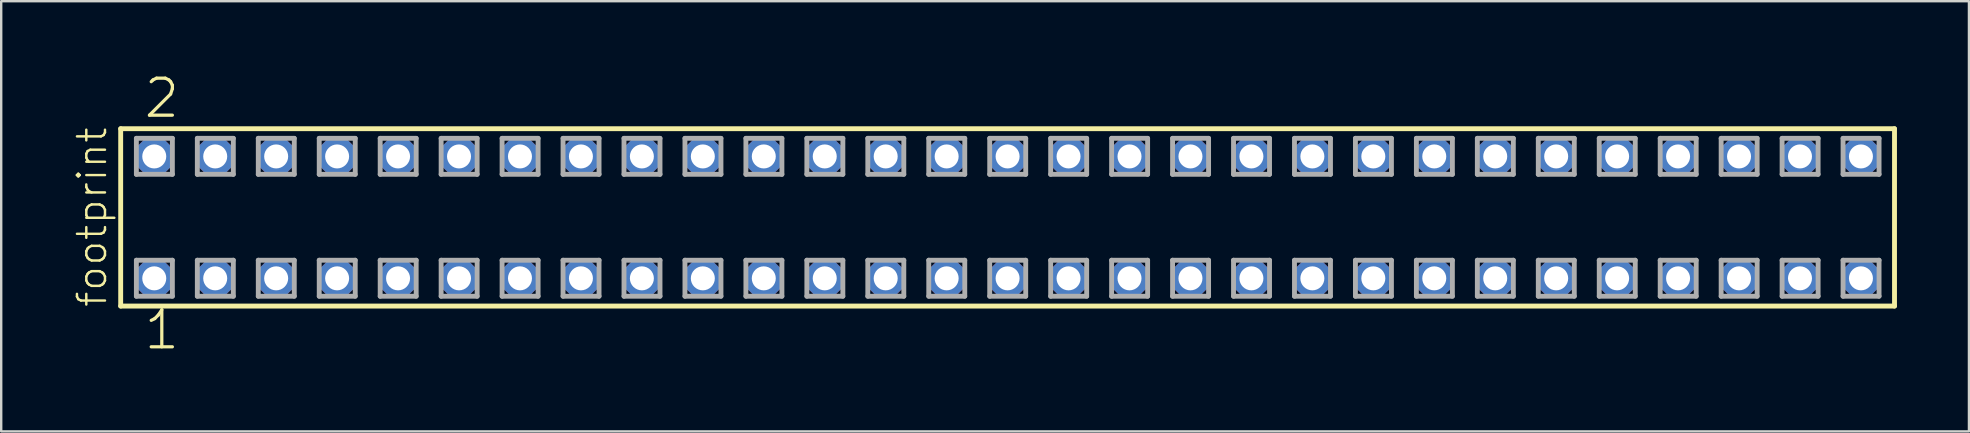
<source format=kicad_pcb>
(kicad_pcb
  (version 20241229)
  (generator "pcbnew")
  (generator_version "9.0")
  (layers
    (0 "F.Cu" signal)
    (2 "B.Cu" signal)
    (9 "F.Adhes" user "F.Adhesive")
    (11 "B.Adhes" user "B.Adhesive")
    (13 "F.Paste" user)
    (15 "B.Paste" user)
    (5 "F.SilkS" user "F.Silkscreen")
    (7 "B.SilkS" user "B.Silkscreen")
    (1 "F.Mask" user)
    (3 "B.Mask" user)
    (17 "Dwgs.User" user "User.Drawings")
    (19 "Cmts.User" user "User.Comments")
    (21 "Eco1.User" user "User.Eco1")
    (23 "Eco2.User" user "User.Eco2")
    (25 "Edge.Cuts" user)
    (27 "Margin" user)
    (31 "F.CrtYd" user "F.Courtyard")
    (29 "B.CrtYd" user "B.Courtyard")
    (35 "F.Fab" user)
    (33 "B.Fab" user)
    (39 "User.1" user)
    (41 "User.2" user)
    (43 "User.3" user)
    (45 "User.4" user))
  (footprint "footprint"
    (layer "F.Cu")
    (at 38.938 6.009)
    (property "Reference" "footprint" (at -37.465 3.81 90) (layer "F.SilkS") (effects (font (size 1.168 1.168) (thickness 0.102)) (justify left bottom)))
    (fp_line (start -36.959 -3.695) (end 36.959 -3.695) (stroke (width 0.203) (type solid)) (layer "F.SilkS"))
    (fp_line (start -36.959 3.695) (end -36.959 -3.695) (stroke (width 0.203) (type solid)) (layer "F.SilkS"))
    (fp_line (start 36.959 -3.695) (end 36.959 3.695) (stroke (width 0.203) (type solid)) (layer "F.SilkS"))
    (fp_line (start 36.959 3.695) (end -36.959 3.695) (stroke (width 0.203) (type solid)) (layer "F.SilkS"))
    (fp_line (start -36.305 -3.295) (end -34.805 -3.295) (stroke (width 0.203) (type solid)) (layer "F.Fab"))
    (fp_line (start -36.305 -1.795) (end -36.305 -3.295) (stroke (width 0.203) (type solid)) (layer "F.Fab"))
    (fp_line (start -36.305 1.785) (end -34.805 1.785) (stroke (width 0.203) (type solid)) (layer "F.Fab"))
    (fp_line (start -36.305 3.285) (end -36.305 1.785) (stroke (width 0.203) (type solid)) (layer "F.Fab"))
    (fp_line (start -34.805 -3.295) (end -34.805 -1.795) (stroke (width 0.203) (type solid)) (layer "F.Fab"))
    (fp_line (start -34.805 -1.795) (end -36.305 -1.795) (stroke (width 0.203) (type solid)) (layer "F.Fab"))
    (fp_line (start -34.805 1.785) (end -34.805 3.285) (stroke (width 0.203) (type solid)) (layer "F.Fab"))
    (fp_line (start -34.805 3.285) (end -36.305 3.285) (stroke (width 0.203) (type solid)) (layer "F.Fab"))
    (fp_line (start -33.765 -3.295) (end -32.265 -3.295) (stroke (width 0.203) (type solid)) (layer "F.Fab"))
    (fp_line (start -33.765 -1.795) (end -33.765 -3.295) (stroke (width 0.203) (type solid)) (layer "F.Fab"))
    (fp_line (start -33.765 1.785) (end -32.265 1.785) (stroke (width 0.203) (type solid)) (layer "F.Fab"))
    (fp_line (start -33.765 3.285) (end -33.765 1.785) (stroke (width 0.203) (type solid)) (layer "F.Fab"))
    (fp_line (start -32.265 -3.295) (end -32.265 -1.795) (stroke (width 0.203) (type solid)) (layer "F.Fab"))
    (fp_line (start -32.265 -1.795) (end -33.765 -1.795) (stroke (width 0.203) (type solid)) (layer "F.Fab"))
    (fp_line (start -32.265 1.785) (end -32.265 3.285) (stroke (width 0.203) (type solid)) (layer "F.Fab"))
    (fp_line (start -32.265 3.285) (end -33.765 3.285) (stroke (width 0.203) (type solid)) (layer "F.Fab"))
    (fp_line (start -31.225 -3.295) (end -29.725 -3.295) (stroke (width 0.203) (type solid)) (layer "F.Fab"))
    (fp_line (start -31.225 -1.795) (end -31.225 -3.295) (stroke (width 0.203) (type solid)) (layer "F.Fab"))
    (fp_line (start -31.225 1.785) (end -29.725 1.785) (stroke (width 0.203) (type solid)) (layer "F.Fab"))
    (fp_line (start -31.225 3.285) (end -31.225 1.785) (stroke (width 0.203) (type solid)) (layer "F.Fab"))
    (fp_line (start -29.725 -3.295) (end -29.725 -1.795) (stroke (width 0.203) (type solid)) (layer "F.Fab"))
    (fp_line (start -29.725 -1.795) (end -31.225 -1.795) (stroke (width 0.203) (type solid)) (layer "F.Fab"))
    (fp_line (start -29.725 1.785) (end -29.725 3.285) (stroke (width 0.203) (type solid)) (layer "F.Fab"))
    (fp_line (start -29.725 3.285) (end -31.225 3.285) (stroke (width 0.203) (type solid)) (layer "F.Fab"))
    (fp_line (start -28.685 -3.295) (end -27.185 -3.295) (stroke (width 0.203) (type solid)) (layer "F.Fab"))
    (fp_line (start -28.685 -1.795) (end -28.685 -3.295) (stroke (width 0.203) (type solid)) (layer "F.Fab"))
    (fp_line (start -28.685 1.785) (end -27.185 1.785) (stroke (width 0.203) (type solid)) (layer "F.Fab"))
    (fp_line (start -28.685 3.285) (end -28.685 1.785) (stroke (width 0.203) (type solid)) (layer "F.Fab"))
    (fp_line (start -27.185 -3.295) (end -27.185 -1.795) (stroke (width 0.203) (type solid)) (layer "F.Fab"))
    (fp_line (start -27.185 -1.795) (end -28.685 -1.795) (stroke (width 0.203) (type solid)) (layer "F.Fab"))
    (fp_line (start -27.185 1.785) (end -27.185 3.285) (stroke (width 0.203) (type solid)) (layer "F.Fab"))
    (fp_line (start -27.185 3.285) (end -28.685 3.285) (stroke (width 0.203) (type solid)) (layer "F.Fab"))
    (fp_line (start -26.145 -3.295) (end -24.645 -3.295) (stroke (width 0.203) (type solid)) (layer "F.Fab"))
    (fp_line (start -26.145 -1.795) (end -26.145 -3.295) (stroke (width 0.203) (type solid)) (layer "F.Fab"))
    (fp_line (start -26.145 1.785) (end -24.645 1.785) (stroke (width 0.203) (type solid)) (layer "F.Fab"))
    (fp_line (start -26.145 3.285) (end -26.145 1.785) (stroke (width 0.203) (type solid)) (layer "F.Fab"))
    (fp_line (start -24.645 -3.295) (end -24.645 -1.795) (stroke (width 0.203) (type solid)) (layer "F.Fab"))
    (fp_line (start -24.645 -1.795) (end -26.145 -1.795) (stroke (width 0.203) (type solid)) (layer "F.Fab"))
    (fp_line (start -24.645 1.785) (end -24.645 3.285) (stroke (width 0.203) (type solid)) (layer "F.Fab"))
    (fp_line (start -24.645 3.285) (end -26.145 3.285) (stroke (width 0.203) (type solid)) (layer "F.Fab"))
    (fp_line (start -23.605 -3.295) (end -22.105 -3.295) (stroke (width 0.203) (type solid)) (layer "F.Fab"))
    (fp_line (start -23.605 -1.795) (end -23.605 -3.295) (stroke (width 0.203) (type solid)) (layer "F.Fab"))
    (fp_line (start -23.605 1.785) (end -22.105 1.785) (stroke (width 0.203) (type solid)) (layer "F.Fab"))
    (fp_line (start -23.605 3.285) (end -23.605 1.785) (stroke (width 0.203) (type solid)) (layer "F.Fab"))
    (fp_line (start -22.105 -3.295) (end -22.105 -1.795) (stroke (width 0.203) (type solid)) (layer "F.Fab"))
    (fp_line (start -22.105 -1.795) (end -23.605 -1.795) (stroke (width 0.203) (type solid)) (layer "F.Fab"))
    (fp_line (start -22.105 1.785) (end -22.105 3.285) (stroke (width 0.203) (type solid)) (layer "F.Fab"))
    (fp_line (start -22.105 3.285) (end -23.605 3.285) (stroke (width 0.203) (type solid)) (layer "F.Fab"))
    (fp_line (start -21.065 -3.295) (end -19.565 -3.295) (stroke (width 0.203) (type solid)) (layer "F.Fab"))
    (fp_line (start -21.065 -1.795) (end -21.065 -3.295) (stroke (width 0.203) (type solid)) (layer "F.Fab"))
    (fp_line (start -21.065 1.785) (end -19.565 1.785) (stroke (width 0.203) (type solid)) (layer "F.Fab"))
    (fp_line (start -21.065 3.285) (end -21.065 1.785) (stroke (width 0.203) (type solid)) (layer "F.Fab"))
    (fp_line (start -19.565 -3.295) (end -19.565 -1.795) (stroke (width 0.203) (type solid)) (layer "F.Fab"))
    (fp_line (start -19.565 -1.795) (end -21.065 -1.795) (stroke (width 0.203) (type solid)) (layer "F.Fab"))
    (fp_line (start -19.565 1.785) (end -19.565 3.285) (stroke (width 0.203) (type solid)) (layer "F.Fab"))
    (fp_line (start -19.565 3.285) (end -21.065 3.285) (stroke (width 0.203) (type solid)) (layer "F.Fab"))
    (fp_line (start -18.525 -3.295) (end -17.025 -3.295) (stroke (width 0.203) (type solid)) (layer "F.Fab"))
    (fp_line (start -18.525 -1.795) (end -18.525 -3.295) (stroke (width 0.203) (type solid)) (layer "F.Fab"))
    (fp_line (start -18.525 1.785) (end -17.025 1.785) (stroke (width 0.203) (type solid)) (layer "F.Fab"))
    (fp_line (start -18.525 3.285) (end -18.525 1.785) (stroke (width 0.203) (type solid)) (layer "F.Fab"))
    (fp_line (start -17.025 -3.295) (end -17.025 -1.795) (stroke (width 0.203) (type solid)) (layer "F.Fab"))
    (fp_line (start -17.025 -1.795) (end -18.525 -1.795) (stroke (width 0.203) (type solid)) (layer "F.Fab"))
    (fp_line (start -17.025 1.785) (end -17.025 3.285) (stroke (width 0.203) (type solid)) (layer "F.Fab"))
    (fp_line (start -17.025 3.285) (end -18.525 3.285) (stroke (width 0.203) (type solid)) (layer "F.Fab"))
    (fp_line (start -15.985 -3.295) (end -14.485 -3.295) (stroke (width 0.203) (type solid)) (layer "F.Fab"))
    (fp_line (start -15.985 -1.795) (end -15.985 -3.295) (stroke (width 0.203) (type solid)) (layer "F.Fab"))
    (fp_line (start -15.985 1.785) (end -14.485 1.785) (stroke (width 0.203) (type solid)) (layer "F.Fab"))
    (fp_line (start -15.985 3.285) (end -15.985 1.785) (stroke (width 0.203) (type solid)) (layer "F.Fab"))
    (fp_line (start -14.485 -3.295) (end -14.485 -1.795) (stroke (width 0.203) (type solid)) (layer "F.Fab"))
    (fp_line (start -14.485 -1.795) (end -15.985 -1.795) (stroke (width 0.203) (type solid)) (layer "F.Fab"))
    (fp_line (start -14.485 1.785) (end -14.485 3.285) (stroke (width 0.203) (type solid)) (layer "F.Fab"))
    (fp_line (start -14.485 3.285) (end -15.985 3.285) (stroke (width 0.203) (type solid)) (layer "F.Fab"))
    (fp_line (start -13.445 -3.295) (end -11.945 -3.295) (stroke (width 0.203) (type solid)) (layer "F.Fab"))
    (fp_line (start -13.445 -1.795) (end -13.445 -3.295) (stroke (width 0.203) (type solid)) (layer "F.Fab"))
    (fp_line (start -13.445 1.785) (end -11.945 1.785) (stroke (width 0.203) (type solid)) (layer "F.Fab"))
    (fp_line (start -13.445 3.285) (end -13.445 1.785) (stroke (width 0.203) (type solid)) (layer "F.Fab"))
    (fp_line (start -11.945 -3.295) (end -11.945 -1.795) (stroke (width 0.203) (type solid)) (layer "F.Fab"))
    (fp_line (start -11.945 -1.795) (end -13.445 -1.795) (stroke (width 0.203) (type solid)) (layer "F.Fab"))
    (fp_line (start -11.945 1.785) (end -11.945 3.285) (stroke (width 0.203) (type solid)) (layer "F.Fab"))
    (fp_line (start -11.945 3.285) (end -13.445 3.285) (stroke (width 0.203) (type solid)) (layer "F.Fab"))
    (fp_line (start -10.905 -3.295) (end -9.405 -3.295) (stroke (width 0.203) (type solid)) (layer "F.Fab"))
    (fp_line (start -10.905 -1.795) (end -10.905 -3.295) (stroke (width 0.203) (type solid)) (layer "F.Fab"))
    (fp_line (start -10.905 1.785) (end -9.405 1.785) (stroke (width 0.203) (type solid)) (layer "F.Fab"))
    (fp_line (start -10.905 3.285) (end -10.905 1.785) (stroke (width 0.203) (type solid)) (layer "F.Fab"))
    (fp_line (start -9.405 -3.295) (end -9.405 -1.795) (stroke (width 0.203) (type solid)) (layer "F.Fab"))
    (fp_line (start -9.405 -1.795) (end -10.905 -1.795) (stroke (width 0.203) (type solid)) (layer "F.Fab"))
    (fp_line (start -9.405 1.785) (end -9.405 3.285) (stroke (width 0.203) (type solid)) (layer "F.Fab"))
    (fp_line (start -9.405 3.285) (end -10.905 3.285) (stroke (width 0.203) (type solid)) (layer "F.Fab"))
    (fp_line (start -8.365 -3.295) (end -6.865 -3.295) (stroke (width 0.203) (type solid)) (layer "F.Fab"))
    (fp_line (start -8.365 -1.795) (end -8.365 -3.295) (stroke (width 0.203) (type solid)) (layer "F.Fab"))
    (fp_line (start -8.365 1.785) (end -6.865 1.785) (stroke (width 0.203) (type solid)) (layer "F.Fab"))
    (fp_line (start -8.365 3.285) (end -8.365 1.785) (stroke (width 0.203) (type solid)) (layer "F.Fab"))
    (fp_line (start -6.865 -3.295) (end -6.865 -1.795) (stroke (width 0.203) (type solid)) (layer "F.Fab"))
    (fp_line (start -6.865 -1.795) (end -8.365 -1.795) (stroke (width 0.203) (type solid)) (layer "F.Fab"))
    (fp_line (start -6.865 1.785) (end -6.865 3.285) (stroke (width 0.203) (type solid)) (layer "F.Fab"))
    (fp_line (start -6.865 3.285) (end -8.365 3.285) (stroke (width 0.203) (type solid)) (layer "F.Fab"))
    (fp_line (start -5.825 -3.295) (end -4.325 -3.295) (stroke (width 0.203) (type solid)) (layer "F.Fab"))
    (fp_line (start -5.825 -1.795) (end -5.825 -3.295) (stroke (width 0.203) (type solid)) (layer "F.Fab"))
    (fp_line (start -5.825 1.785) (end -4.325 1.785) (stroke (width 0.203) (type solid)) (layer "F.Fab"))
    (fp_line (start -5.825 3.285) (end -5.825 1.785) (stroke (width 0.203) (type solid)) (layer "F.Fab"))
    (fp_line (start -4.325 -3.295) (end -4.325 -1.795) (stroke (width 0.203) (type solid)) (layer "F.Fab"))
    (fp_line (start -4.325 -1.795) (end -5.825 -1.795) (stroke (width 0.203) (type solid)) (layer "F.Fab"))
    (fp_line (start -4.325 1.785) (end -4.325 3.285) (stroke (width 0.203) (type solid)) (layer "F.Fab"))
    (fp_line (start -4.325 3.285) (end -5.825 3.285) (stroke (width 0.203) (type solid)) (layer "F.Fab"))
    (fp_line (start -3.285 -3.295) (end -1.785 -3.295) (stroke (width 0.203) (type solid)) (layer "F.Fab"))
    (fp_line (start -3.285 -1.795) (end -3.285 -3.295) (stroke (width 0.203) (type solid)) (layer "F.Fab"))
    (fp_line (start -3.285 1.785) (end -1.785 1.785) (stroke (width 0.203) (type solid)) (layer "F.Fab"))
    (fp_line (start -3.285 3.285) (end -3.285 1.785) (stroke (width 0.203) (type solid)) (layer "F.Fab"))
    (fp_line (start -1.785 -3.295) (end -1.785 -1.795) (stroke (width 0.203) (type solid)) (layer "F.Fab"))
    (fp_line (start -1.785 -1.795) (end -3.285 -1.795) (stroke (width 0.203) (type solid)) (layer "F.Fab"))
    (fp_line (start -1.785 1.785) (end -1.785 3.285) (stroke (width 0.203) (type solid)) (layer "F.Fab"))
    (fp_line (start -1.785 3.285) (end -3.285 3.285) (stroke (width 0.203) (type solid)) (layer "F.Fab"))
    (fp_line (start -0.745 -3.295) (end 0.755 -3.295) (stroke (width 0.203) (type solid)) (layer "F.Fab"))
    (fp_line (start -0.745 -1.795) (end -0.745 -3.295) (stroke (width 0.203) (type solid)) (layer "F.Fab"))
    (fp_line (start -0.745 1.785) (end 0.755 1.785) (stroke (width 0.203) (type solid)) (layer "F.Fab"))
    (fp_line (start -0.745 3.285) (end -0.745 1.785) (stroke (width 0.203) (type solid)) (layer "F.Fab"))
    (fp_line (start 0.755 -3.295) (end 0.755 -1.795) (stroke (width 0.203) (type solid)) (layer "F.Fab"))
    (fp_line (start 0.755 -1.795) (end -0.745 -1.795) (stroke (width 0.203) (type solid)) (layer "F.Fab"))
    (fp_line (start 0.755 1.785) (end 0.755 3.285) (stroke (width 0.203) (type solid)) (layer "F.Fab"))
    (fp_line (start 0.755 3.285) (end -0.745 3.285) (stroke (width 0.203) (type solid)) (layer "F.Fab"))
    (fp_line (start 1.795 -3.295) (end 3.295 -3.295) (stroke (width 0.203) (type solid)) (layer "F.Fab"))
    (fp_line (start 1.795 -1.795) (end 1.795 -3.295) (stroke (width 0.203) (type solid)) (layer "F.Fab"))
    (fp_line (start 1.795 1.785) (end 3.295 1.785) (stroke (width 0.203) (type solid)) (layer "F.Fab"))
    (fp_line (start 1.795 3.285) (end 1.795 1.785) (stroke (width 0.203) (type solid)) (layer "F.Fab"))
    (fp_line (start 3.295 -3.295) (end 3.295 -1.795) (stroke (width 0.203) (type solid)) (layer "F.Fab"))
    (fp_line (start 3.295 -1.795) (end 1.795 -1.795) (stroke (width 0.203) (type solid)) (layer "F.Fab"))
    (fp_line (start 3.295 1.785) (end 3.295 3.285) (stroke (width 0.203) (type solid)) (layer "F.Fab"))
    (fp_line (start 3.295 3.285) (end 1.795 3.285) (stroke (width 0.203) (type solid)) (layer "F.Fab"))
    (fp_line (start 4.335 -3.295) (end 5.835 -3.295) (stroke (width 0.203) (type solid)) (layer "F.Fab"))
    (fp_line (start 4.335 -1.795) (end 4.335 -3.295) (stroke (width 0.203) (type solid)) (layer "F.Fab"))
    (fp_line (start 4.335 1.785) (end 5.835 1.785) (stroke (width 0.203) (type solid)) (layer "F.Fab"))
    (fp_line (start 4.335 3.285) (end 4.335 1.785) (stroke (width 0.203) (type solid)) (layer "F.Fab"))
    (fp_line (start 5.835 -3.295) (end 5.835 -1.795) (stroke (width 0.203) (type solid)) (layer "F.Fab"))
    (fp_line (start 5.835 -1.795) (end 4.335 -1.795) (stroke (width 0.203) (type solid)) (layer "F.Fab"))
    (fp_line (start 5.835 1.785) (end 5.835 3.285) (stroke (width 0.203) (type solid)) (layer "F.Fab"))
    (fp_line (start 5.835 3.285) (end 4.335 3.285) (stroke (width 0.203) (type solid)) (layer "F.Fab"))
    (fp_line (start 6.875 -3.295) (end 8.375 -3.295) (stroke (width 0.203) (type solid)) (layer "F.Fab"))
    (fp_line (start 6.875 -1.795) (end 6.875 -3.295) (stroke (width 0.203) (type solid)) (layer "F.Fab"))
    (fp_line (start 6.875 1.785) (end 8.375 1.785) (stroke (width 0.203) (type solid)) (layer "F.Fab"))
    (fp_line (start 6.875 3.285) (end 6.875 1.785) (stroke (width 0.203) (type solid)) (layer "F.Fab"))
    (fp_line (start 8.375 -3.295) (end 8.375 -1.795) (stroke (width 0.203) (type solid)) (layer "F.Fab"))
    (fp_line (start 8.375 -1.795) (end 6.875 -1.795) (stroke (width 0.203) (type solid)) (layer "F.Fab"))
    (fp_line (start 8.375 1.785) (end 8.375 3.285) (stroke (width 0.203) (type solid)) (layer "F.Fab"))
    (fp_line (start 8.375 3.285) (end 6.875 3.285) (stroke (width 0.203) (type solid)) (layer "F.Fab"))
    (fp_line (start 9.415 -3.295) (end 10.915 -3.295) (stroke (width 0.203) (type solid)) (layer "F.Fab"))
    (fp_line (start 9.415 -1.795) (end 9.415 -3.295) (stroke (width 0.203) (type solid)) (layer "F.Fab"))
    (fp_line (start 9.415 1.785) (end 10.915 1.785) (stroke (width 0.203) (type solid)) (layer "F.Fab"))
    (fp_line (start 9.415 3.285) (end 9.415 1.785) (stroke (width 0.203) (type solid)) (layer "F.Fab"))
    (fp_line (start 10.915 -3.295) (end 10.915 -1.795) (stroke (width 0.203) (type solid)) (layer "F.Fab"))
    (fp_line (start 10.915 -1.795) (end 9.415 -1.795) (stroke (width 0.203) (type solid)) (layer "F.Fab"))
    (fp_line (start 10.915 1.785) (end 10.915 3.285) (stroke (width 0.203) (type solid)) (layer "F.Fab"))
    (fp_line (start 10.915 3.285) (end 9.415 3.285) (stroke (width 0.203) (type solid)) (layer "F.Fab"))
    (fp_line (start 11.955 -3.295) (end 13.455 -3.295) (stroke (width 0.203) (type solid)) (layer "F.Fab"))
    (fp_line (start 11.955 -1.795) (end 11.955 -3.295) (stroke (width 0.203) (type solid)) (layer "F.Fab"))
    (fp_line (start 11.955 1.785) (end 13.455 1.785) (stroke (width 0.203) (type solid)) (layer "F.Fab"))
    (fp_line (start 11.955 3.285) (end 11.955 1.785) (stroke (width 0.203) (type solid)) (layer "F.Fab"))
    (fp_line (start 13.455 -3.295) (end 13.455 -1.795) (stroke (width 0.203) (type solid)) (layer "F.Fab"))
    (fp_line (start 13.455 -1.795) (end 11.955 -1.795) (stroke (width 0.203) (type solid)) (layer "F.Fab"))
    (fp_line (start 13.455 1.785) (end 13.455 3.285) (stroke (width 0.203) (type solid)) (layer "F.Fab"))
    (fp_line (start 13.455 3.285) (end 11.955 3.285) (stroke (width 0.203) (type solid)) (layer "F.Fab"))
    (fp_line (start 14.495 -3.295) (end 15.995 -3.295) (stroke (width 0.203) (type solid)) (layer "F.Fab"))
    (fp_line (start 14.495 -1.795) (end 14.495 -3.295) (stroke (width 0.203) (type solid)) (layer "F.Fab"))
    (fp_line (start 14.495 1.785) (end 15.995 1.785) (stroke (width 0.203) (type solid)) (layer "F.Fab"))
    (fp_line (start 14.495 3.285) (end 14.495 1.785) (stroke (width 0.203) (type solid)) (layer "F.Fab"))
    (fp_line (start 15.995 -3.295) (end 15.995 -1.795) (stroke (width 0.203) (type solid)) (layer "F.Fab"))
    (fp_line (start 15.995 -1.795) (end 14.495 -1.795) (stroke (width 0.203) (type solid)) (layer "F.Fab"))
    (fp_line (start 15.995 1.785) (end 15.995 3.285) (stroke (width 0.203) (type solid)) (layer "F.Fab"))
    (fp_line (start 15.995 3.285) (end 14.495 3.285) (stroke (width 0.203) (type solid)) (layer "F.Fab"))
    (fp_line (start 17.035 -3.295) (end 18.535 -3.295) (stroke (width 0.203) (type solid)) (layer "F.Fab"))
    (fp_line (start 17.035 -1.795) (end 17.035 -3.295) (stroke (width 0.203) (type solid)) (layer "F.Fab"))
    (fp_line (start 17.035 1.785) (end 18.535 1.785) (stroke (width 0.203) (type solid)) (layer "F.Fab"))
    (fp_line (start 17.035 3.285) (end 17.035 1.785) (stroke (width 0.203) (type solid)) (layer "F.Fab"))
    (fp_line (start 18.535 -3.295) (end 18.535 -1.795) (stroke (width 0.203) (type solid)) (layer "F.Fab"))
    (fp_line (start 18.535 -1.795) (end 17.035 -1.795) (stroke (width 0.203) (type solid)) (layer "F.Fab"))
    (fp_line (start 18.535 1.785) (end 18.535 3.285) (stroke (width 0.203) (type solid)) (layer "F.Fab"))
    (fp_line (start 18.535 3.285) (end 17.035 3.285) (stroke (width 0.203) (type solid)) (layer "F.Fab"))
    (fp_line (start 19.575 -3.295) (end 21.075 -3.295) (stroke (width 0.203) (type solid)) (layer "F.Fab"))
    (fp_line (start 19.575 -1.795) (end 19.575 -3.295) (stroke (width 0.203) (type solid)) (layer "F.Fab"))
    (fp_line (start 19.575 1.785) (end 21.075 1.785) (stroke (width 0.203) (type solid)) (layer "F.Fab"))
    (fp_line (start 19.575 3.285) (end 19.575 1.785) (stroke (width 0.203) (type solid)) (layer "F.Fab"))
    (fp_line (start 21.075 -3.295) (end 21.075 -1.795) (stroke (width 0.203) (type solid)) (layer "F.Fab"))
    (fp_line (start 21.075 -1.795) (end 19.575 -1.795) (stroke (width 0.203) (type solid)) (layer "F.Fab"))
    (fp_line (start 21.075 1.785) (end 21.075 3.285) (stroke (width 0.203) (type solid)) (layer "F.Fab"))
    (fp_line (start 21.075 3.285) (end 19.575 3.285) (stroke (width 0.203) (type solid)) (layer "F.Fab"))
    (fp_line (start 22.115 -3.295) (end 23.615 -3.295) (stroke (width 0.203) (type solid)) (layer "F.Fab"))
    (fp_line (start 22.115 -1.795) (end 22.115 -3.295) (stroke (width 0.203) (type solid)) (layer "F.Fab"))
    (fp_line (start 22.115 1.785) (end 23.615 1.785) (stroke (width 0.203) (type solid)) (layer "F.Fab"))
    (fp_line (start 22.115 3.285) (end 22.115 1.785) (stroke (width 0.203) (type solid)) (layer "F.Fab"))
    (fp_line (start 23.615 -3.295) (end 23.615 -1.795) (stroke (width 0.203) (type solid)) (layer "F.Fab"))
    (fp_line (start 23.615 -1.795) (end 22.115 -1.795) (stroke (width 0.203) (type solid)) (layer "F.Fab"))
    (fp_line (start 23.615 1.785) (end 23.615 3.285) (stroke (width 0.203) (type solid)) (layer "F.Fab"))
    (fp_line (start 23.615 3.285) (end 22.115 3.285) (stroke (width 0.203) (type solid)) (layer "F.Fab"))
    (fp_line (start 24.655 -3.295) (end 26.155 -3.295) (stroke (width 0.203) (type solid)) (layer "F.Fab"))
    (fp_line (start 24.655 -1.795) (end 24.655 -3.295) (stroke (width 0.203) (type solid)) (layer "F.Fab"))
    (fp_line (start 24.655 1.785) (end 26.155 1.785) (stroke (width 0.203) (type solid)) (layer "F.Fab"))
    (fp_line (start 24.655 3.285) (end 24.655 1.785) (stroke (width 0.203) (type solid)) (layer "F.Fab"))
    (fp_line (start 26.155 -3.295) (end 26.155 -1.795) (stroke (width 0.203) (type solid)) (layer "F.Fab"))
    (fp_line (start 26.155 -1.795) (end 24.655 -1.795) (stroke (width 0.203) (type solid)) (layer "F.Fab"))
    (fp_line (start 26.155 1.785) (end 26.155 3.285) (stroke (width 0.203) (type solid)) (layer "F.Fab"))
    (fp_line (start 26.155 3.285) (end 24.655 3.285) (stroke (width 0.203) (type solid)) (layer "F.Fab"))
    (fp_line (start 27.195 -3.295) (end 28.695 -3.295) (stroke (width 0.203) (type solid)) (layer "F.Fab"))
    (fp_line (start 27.195 -1.795) (end 27.195 -3.295) (stroke (width 0.203) (type solid)) (layer "F.Fab"))
    (fp_line (start 27.195 1.785) (end 28.695 1.785) (stroke (width 0.203) (type solid)) (layer "F.Fab"))
    (fp_line (start 27.195 3.285) (end 27.195 1.785) (stroke (width 0.203) (type solid)) (layer "F.Fab"))
    (fp_line (start 28.695 -3.295) (end 28.695 -1.795) (stroke (width 0.203) (type solid)) (layer "F.Fab"))
    (fp_line (start 28.695 -1.795) (end 27.195 -1.795) (stroke (width 0.203) (type solid)) (layer "F.Fab"))
    (fp_line (start 28.695 1.785) (end 28.695 3.285) (stroke (width 0.203) (type solid)) (layer "F.Fab"))
    (fp_line (start 28.695 3.285) (end 27.195 3.285) (stroke (width 0.203) (type solid)) (layer "F.Fab"))
    (fp_line (start 29.735 -3.295) (end 31.235 -3.295) (stroke (width 0.203) (type solid)) (layer "F.Fab"))
    (fp_line (start 29.735 -1.795) (end 29.735 -3.295) (stroke (width 0.203) (type solid)) (layer "F.Fab"))
    (fp_line (start 29.735 1.785) (end 31.235 1.785) (stroke (width 0.203) (type solid)) (layer "F.Fab"))
    (fp_line (start 29.735 3.285) (end 29.735 1.785) (stroke (width 0.203) (type solid)) (layer "F.Fab"))
    (fp_line (start 31.235 -3.295) (end 31.235 -1.795) (stroke (width 0.203) (type solid)) (layer "F.Fab"))
    (fp_line (start 31.235 -1.795) (end 29.735 -1.795) (stroke (width 0.203) (type solid)) (layer "F.Fab"))
    (fp_line (start 31.235 1.785) (end 31.235 3.285) (stroke (width 0.203) (type solid)) (layer "F.Fab"))
    (fp_line (start 31.235 3.285) (end 29.735 3.285) (stroke (width 0.203) (type solid)) (layer "F.Fab"))
    (fp_line (start 32.275 -3.295) (end 33.775 -3.295) (stroke (width 0.203) (type solid)) (layer "F.Fab"))
    (fp_line (start 32.275 -1.795) (end 32.275 -3.295) (stroke (width 0.203) (type solid)) (layer "F.Fab"))
    (fp_line (start 32.275 1.785) (end 33.775 1.785) (stroke (width 0.203) (type solid)) (layer "F.Fab"))
    (fp_line (start 32.275 3.285) (end 32.275 1.785) (stroke (width 0.203) (type solid)) (layer "F.Fab"))
    (fp_line (start 33.775 -3.295) (end 33.775 -1.795) (stroke (width 0.203) (type solid)) (layer "F.Fab"))
    (fp_line (start 33.775 -1.795) (end 32.275 -1.795) (stroke (width 0.203) (type solid)) (layer "F.Fab"))
    (fp_line (start 33.775 1.785) (end 33.775 3.285) (stroke (width 0.203) (type solid)) (layer "F.Fab"))
    (fp_line (start 33.775 3.285) (end 32.275 3.285) (stroke (width 0.203) (type solid)) (layer "F.Fab"))
    (fp_line (start 34.815 -3.295) (end 36.315 -3.295) (stroke (width 0.203) (type solid)) (layer "F.Fab"))
    (fp_line (start 34.815 -1.795) (end 34.815 -3.295) (stroke (width 0.203) (type solid)) (layer "F.Fab"))
    (fp_line (start 34.815 1.785) (end 36.315 1.785) (stroke (width 0.203) (type solid)) (layer "F.Fab"))
    (fp_line (start 34.815 3.285) (end 34.815 1.785) (stroke (width 0.203) (type solid)) (layer "F.Fab"))
    (fp_line (start 36.315 -3.295) (end 36.315 -1.795) (stroke (width 0.203) (type solid)) (layer "F.Fab"))
    (fp_line (start 36.315 -1.795) (end 34.815 -1.795) (stroke (width 0.203) (type solid)) (layer "F.Fab"))
    (fp_line (start 36.315 1.785) (end 36.315 3.285) (stroke (width 0.203) (type solid)) (layer "F.Fab"))
    (fp_line (start 36.315 3.285) (end 34.815 3.285) (stroke (width 0.203) (type solid)) (layer "F.Fab"))
    (fp_text user "1" (at -36.068 5.588 0) (layer "F.SilkS") (effects (font (size 1.542 1.542) (thickness 0.134)) (justify left bottom)))
    (fp_text user "2" (at -36.068 -4.064 0) (layer "F.SilkS") (effects (font (size 1.542 1.542) (thickness 0.134)) (justify left bottom)))
    (pad "1" thru_hole roundrect (at -35.56 2.54) (size 1.5 1.5) (drill 1) (layers "*.Cu" "*.Mask") (roundrect_rratio 0.25) (chamfer_ratio 0.25) (chamfer top_left top_right bottom_left bottom_right))
    (pad "2" thru_hole roundrect (at -35.56 -2.54) (size 1.5 1.5) (drill 1) (layers "*.Cu" "*.Mask") (roundrect_rratio 0.25) (chamfer_ratio 0.25) (chamfer top_left top_right bottom_left bottom_right))
    (pad "3" thru_hole roundrect (at -33.02 2.54) (size 1.5 1.5) (drill 1) (layers "*.Cu" "*.Mask") (roundrect_rratio 0.25) (chamfer_ratio 0.25) (chamfer top_left top_right bottom_left bottom_right))
    (pad "4" thru_hole roundrect (at -33.02 -2.54) (size 1.5 1.5) (drill 1) (layers "*.Cu" "*.Mask") (roundrect_rratio 0.25) (chamfer_ratio 0.25) (chamfer top_left top_right bottom_left bottom_right))
    (pad "5" thru_hole roundrect (at -30.48 2.54) (size 1.5 1.5) (drill 1) (layers "*.Cu" "*.Mask") (roundrect_rratio 0.25) (chamfer_ratio 0.25) (chamfer top_left top_right bottom_left bottom_right))
    (pad "6" thru_hole roundrect (at -30.48 -2.54) (size 1.5 1.5) (drill 1) (layers "*.Cu" "*.Mask") (roundrect_rratio 0.25) (chamfer_ratio 0.25) (chamfer top_left top_right bottom_left bottom_right))
    (pad "7" thru_hole roundrect (at -27.94 2.54) (size 1.5 1.5) (drill 1) (layers "*.Cu" "*.Mask") (roundrect_rratio 0.25) (chamfer_ratio 0.25) (chamfer top_left top_right bottom_left bottom_right))
    (pad "8" thru_hole roundrect (at -27.94 -2.54) (size 1.5 1.5) (drill 1) (layers "*.Cu" "*.Mask") (roundrect_rratio 0.25) (chamfer_ratio 0.25) (chamfer top_left top_right bottom_left bottom_right))
    (pad "9" thru_hole roundrect (at -25.4 2.54) (size 1.5 1.5) (drill 1) (layers "*.Cu" "*.Mask") (roundrect_rratio 0.25) (chamfer_ratio 0.25) (chamfer top_left top_right bottom_left bottom_right))
    (pad "10" thru_hole roundrect (at -25.4 -2.54) (size 1.5 1.5) (drill 1) (layers "*.Cu" "*.Mask") (roundrect_rratio 0.25) (chamfer_ratio 0.25) (chamfer top_left top_right bottom_left bottom_right))
    (pad "11" thru_hole roundrect (at -22.86 2.54) (size 1.5 1.5) (drill 1) (layers "*.Cu" "*.Mask") (roundrect_rratio 0.25) (chamfer_ratio 0.25) (chamfer top_left top_right bottom_left bottom_right))
    (pad "12" thru_hole roundrect (at -22.86 -2.54) (size 1.5 1.5) (drill 1) (layers "*.Cu" "*.Mask") (roundrect_rratio 0.25) (chamfer_ratio 0.25) (chamfer top_left top_right bottom_left bottom_right))
    (pad "13" thru_hole roundrect (at -20.32 2.54) (size 1.5 1.5) (drill 1) (layers "*.Cu" "*.Mask") (roundrect_rratio 0.25) (chamfer_ratio 0.25) (chamfer top_left top_right bottom_left bottom_right))
    (pad "14" thru_hole roundrect (at -20.32 -2.54) (size 1.5 1.5) (drill 1) (layers "*.Cu" "*.Mask") (roundrect_rratio 0.25) (chamfer_ratio 0.25) (chamfer top_left top_right bottom_left bottom_right))
    (pad "15" thru_hole roundrect (at -17.78 2.54) (size 1.5 1.5) (drill 1) (layers "*.Cu" "*.Mask") (roundrect_rratio 0.25) (chamfer_ratio 0.25) (chamfer top_left top_right bottom_left bottom_right))
    (pad "16" thru_hole roundrect (at -17.78 -2.54) (size 1.5 1.5) (drill 1) (layers "*.Cu" "*.Mask") (roundrect_rratio 0.25) (chamfer_ratio 0.25) (chamfer top_left top_right bottom_left bottom_right))
    (pad "17" thru_hole roundrect (at -15.24 2.54) (size 1.5 1.5) (drill 1) (layers "*.Cu" "*.Mask") (roundrect_rratio 0.25) (chamfer_ratio 0.25) (chamfer top_left top_right bottom_left bottom_right))
    (pad "18" thru_hole roundrect (at -15.24 -2.54) (size 1.5 1.5) (drill 1) (layers "*.Cu" "*.Mask") (roundrect_rratio 0.25) (chamfer_ratio 0.25) (chamfer top_left top_right bottom_left bottom_right))
    (pad "19" thru_hole roundrect (at -12.7 2.54) (size 1.5 1.5) (drill 1) (layers "*.Cu" "*.Mask") (roundrect_rratio 0.25) (chamfer_ratio 0.25) (chamfer top_left top_right bottom_left bottom_right))
    (pad "20" thru_hole roundrect (at -12.7 -2.54) (size 1.5 1.5) (drill 1) (layers "*.Cu" "*.Mask") (roundrect_rratio 0.25) (chamfer_ratio 0.25) (chamfer top_left top_right bottom_left bottom_right))
    (pad "21" thru_hole roundrect (at -10.16 2.54) (size 1.5 1.5) (drill 1) (layers "*.Cu" "*.Mask") (roundrect_rratio 0.25) (chamfer_ratio 0.25) (chamfer top_left top_right bottom_left bottom_right))
    (pad "22" thru_hole roundrect (at -10.16 -2.54) (size 1.5 1.5) (drill 1) (layers "*.Cu" "*.Mask") (roundrect_rratio 0.25) (chamfer_ratio 0.25) (chamfer top_left top_right bottom_left bottom_right))
    (pad "23" thru_hole roundrect (at -7.62 2.54) (size 1.5 1.5) (drill 1) (layers "*.Cu" "*.Mask") (roundrect_rratio 0.25) (chamfer_ratio 0.25) (chamfer top_left top_right bottom_left bottom_right))
    (pad "24" thru_hole roundrect (at -7.62 -2.54) (size 1.5 1.5) (drill 1) (layers "*.Cu" "*.Mask") (roundrect_rratio 0.25) (chamfer_ratio 0.25) (chamfer top_left top_right bottom_left bottom_right))
    (pad "25" thru_hole roundrect (at -5.08 2.54) (size 1.5 1.5) (drill 1) (layers "*.Cu" "*.Mask") (roundrect_rratio 0.25) (chamfer_ratio 0.25) (chamfer top_left top_right bottom_left bottom_right))
    (pad "26" thru_hole roundrect (at -5.08 -2.54) (size 1.5 1.5) (drill 1) (layers "*.Cu" "*.Mask") (roundrect_rratio 0.25) (chamfer_ratio 0.25) (chamfer top_left top_right bottom_left bottom_right))
    (pad "27" thru_hole roundrect (at -2.54 2.54) (size 1.5 1.5) (drill 1) (layers "*.Cu" "*.Mask") (roundrect_rratio 0.25) (chamfer_ratio 0.25) (chamfer top_left top_right bottom_left bottom_right))
    (pad "28" thru_hole roundrect (at -2.54 -2.54) (size 1.5 1.5) (drill 1) (layers "*.Cu" "*.Mask") (roundrect_rratio 0.25) (chamfer_ratio 0.25) (chamfer top_left top_right bottom_left bottom_right))
    (pad "29" thru_hole roundrect (at 0 2.54) (size 1.5 1.5) (drill 1) (layers "*.Cu" "*.Mask") (roundrect_rratio 0.25) (chamfer_ratio 0.25) (chamfer top_left top_right bottom_left bottom_right))
    (pad "30" thru_hole roundrect (at 0 -2.54) (size 1.5 1.5) (drill 1) (layers "*.Cu" "*.Mask") (roundrect_rratio 0.25) (chamfer_ratio 0.25) (chamfer top_left top_right bottom_left bottom_right))
    (pad "31" thru_hole roundrect (at 2.54 2.54) (size 1.5 1.5) (drill 1) (layers "*.Cu" "*.Mask") (roundrect_rratio 0.25) (chamfer_ratio 0.25) (chamfer top_left top_right bottom_left bottom_right))
    (pad "32" thru_hole roundrect (at 2.54 -2.54) (size 1.5 1.5) (drill 1) (layers "*.Cu" "*.Mask") (roundrect_rratio 0.25) (chamfer_ratio 0.25) (chamfer top_left top_right bottom_left bottom_right))
    (pad "33" thru_hole roundrect (at 5.08 2.54) (size 1.5 1.5) (drill 1) (layers "*.Cu" "*.Mask") (roundrect_rratio 0.25) (chamfer_ratio 0.25) (chamfer top_left top_right bottom_left bottom_right))
    (pad "34" thru_hole roundrect (at 5.08 -2.54) (size 1.5 1.5) (drill 1) (layers "*.Cu" "*.Mask") (roundrect_rratio 0.25) (chamfer_ratio 0.25) (chamfer top_left top_right bottom_left bottom_right))
    (pad "35" thru_hole roundrect (at 7.62 2.54) (size 1.5 1.5) (drill 1) (layers "*.Cu" "*.Mask") (roundrect_rratio 0.25) (chamfer_ratio 0.25) (chamfer top_left top_right bottom_left bottom_right))
    (pad "36" thru_hole roundrect (at 7.62 -2.54) (size 1.5 1.5) (drill 1) (layers "*.Cu" "*.Mask") (roundrect_rratio 0.25) (chamfer_ratio 0.25) (chamfer top_left top_right bottom_left bottom_right))
    (pad "37" thru_hole roundrect (at 10.16 2.54) (size 1.5 1.5) (drill 1) (layers "*.Cu" "*.Mask") (roundrect_rratio 0.25) (chamfer_ratio 0.25) (chamfer top_left top_right bottom_left bottom_right))
    (pad "38" thru_hole roundrect (at 10.16 -2.54) (size 1.5 1.5) (drill 1) (layers "*.Cu" "*.Mask") (roundrect_rratio 0.25) (chamfer_ratio 0.25) (chamfer top_left top_right bottom_left bottom_right))
    (pad "39" thru_hole roundrect (at 12.7 2.54) (size 1.5 1.5) (drill 1) (layers "*.Cu" "*.Mask") (roundrect_rratio 0.25) (chamfer_ratio 0.25) (chamfer top_left top_right bottom_left bottom_right))
    (pad "40" thru_hole roundrect (at 12.7 -2.54) (size 1.5 1.5) (drill 1) (layers "*.Cu" "*.Mask") (roundrect_rratio 0.25) (chamfer_ratio 0.25) (chamfer top_left top_right bottom_left bottom_right))
    (pad "41" thru_hole roundrect (at 15.24 2.54) (size 1.5 1.5) (drill 1) (layers "*.Cu" "*.Mask") (roundrect_rratio 0.25) (chamfer_ratio 0.25) (chamfer top_left top_right bottom_left bottom_right))
    (pad "42" thru_hole roundrect (at 15.24 -2.54) (size 1.5 1.5) (drill 1) (layers "*.Cu" "*.Mask") (roundrect_rratio 0.25) (chamfer_ratio 0.25) (chamfer top_left top_right bottom_left bottom_right))
    (pad "43" thru_hole roundrect (at 17.78 2.54) (size 1.5 1.5) (drill 1) (layers "*.Cu" "*.Mask") (roundrect_rratio 0.25) (chamfer_ratio 0.25) (chamfer top_left top_right bottom_left bottom_right))
    (pad "44" thru_hole roundrect (at 17.78 -2.54) (size 1.5 1.5) (drill 1) (layers "*.Cu" "*.Mask") (roundrect_rratio 0.25) (chamfer_ratio 0.25) (chamfer top_left top_right bottom_left bottom_right))
    (pad "45" thru_hole roundrect (at 20.32 2.54) (size 1.5 1.5) (drill 1) (layers "*.Cu" "*.Mask") (roundrect_rratio 0.25) (chamfer_ratio 0.25) (chamfer top_left top_right bottom_left bottom_right))
    (pad "46" thru_hole roundrect (at 20.32 -2.54) (size 1.5 1.5) (drill 1) (layers "*.Cu" "*.Mask") (roundrect_rratio 0.25) (chamfer_ratio 0.25) (chamfer top_left top_right bottom_left bottom_right))
    (pad "47" thru_hole roundrect (at 22.86 2.54) (size 1.5 1.5) (drill 1) (layers "*.Cu" "*.Mask") (roundrect_rratio 0.25) (chamfer_ratio 0.25) (chamfer top_left top_right bottom_left bottom_right))
    (pad "48" thru_hole roundrect (at 22.86 -2.54) (size 1.5 1.5) (drill 1) (layers "*.Cu" "*.Mask") (roundrect_rratio 0.25) (chamfer_ratio 0.25) (chamfer top_left top_right bottom_left bottom_right))
    (pad "49" thru_hole roundrect (at 25.4 2.54) (size 1.5 1.5) (drill 1) (layers "*.Cu" "*.Mask") (roundrect_rratio 0.25) (chamfer_ratio 0.25) (chamfer top_left top_right bottom_left bottom_right))
    (pad "50" thru_hole roundrect (at 25.4 -2.54) (size 1.5 1.5) (drill 1) (layers "*.Cu" "*.Mask") (roundrect_rratio 0.25) (chamfer_ratio 0.25) (chamfer top_left top_right bottom_left bottom_right))
    (pad "51" thru_hole roundrect (at 27.94 2.54) (size 1.5 1.5) (drill 1) (layers "*.Cu" "*.Mask") (roundrect_rratio 0.25) (chamfer_ratio 0.25) (chamfer top_left top_right bottom_left bottom_right))
    (pad "52" thru_hole roundrect (at 27.94 -2.54) (size 1.5 1.5) (drill 1) (layers "*.Cu" "*.Mask") (roundrect_rratio 0.25) (chamfer_ratio 0.25) (chamfer top_left top_right bottom_left bottom_right))
    (pad "53" thru_hole roundrect (at 30.48 2.54) (size 1.5 1.5) (drill 1) (layers "*.Cu" "*.Mask") (roundrect_rratio 0.25) (chamfer_ratio 0.25) (chamfer top_left top_right bottom_left bottom_right))
    (pad "54" thru_hole roundrect (at 30.48 -2.54) (size 1.5 1.5) (drill 1) (layers "*.Cu" "*.Mask") (roundrect_rratio 0.25) (chamfer_ratio 0.25) (chamfer top_left top_right bottom_left bottom_right))
    (pad "55" thru_hole roundrect (at 33.02 2.54) (size 1.5 1.5) (drill 1) (layers "*.Cu" "*.Mask") (roundrect_rratio 0.25) (chamfer_ratio 0.25) (chamfer top_left top_right bottom_left bottom_right))
    (pad "56" thru_hole roundrect (at 33.02 -2.54) (size 1.5 1.5) (drill 1) (layers "*.Cu" "*.Mask") (roundrect_rratio 0.25) (chamfer_ratio 0.25) (chamfer top_left top_right bottom_left bottom_right))
    (pad "57" thru_hole roundrect (at 35.56 2.54) (size 1.5 1.5) (drill 1) (layers "*.Cu" "*.Mask") (roundrect_rratio 0.25) (chamfer_ratio 0.25) (chamfer top_left top_right bottom_left bottom_right))
    (pad "58" thru_hole roundrect (at 35.56 -2.54) (size 1.5 1.5) (drill 1) (layers "*.Cu" "*.Mask") (roundrect_rratio 0.25) (chamfer_ratio 0.25) (chamfer top_left top_right bottom_left bottom_right)))
  (gr_rect
    (start -3 -3)
    (end 78.999 14.927)
    (stroke (width 0.1) (type default))
    (fill no)
    (layer "Edge.Cuts")))
</source>
